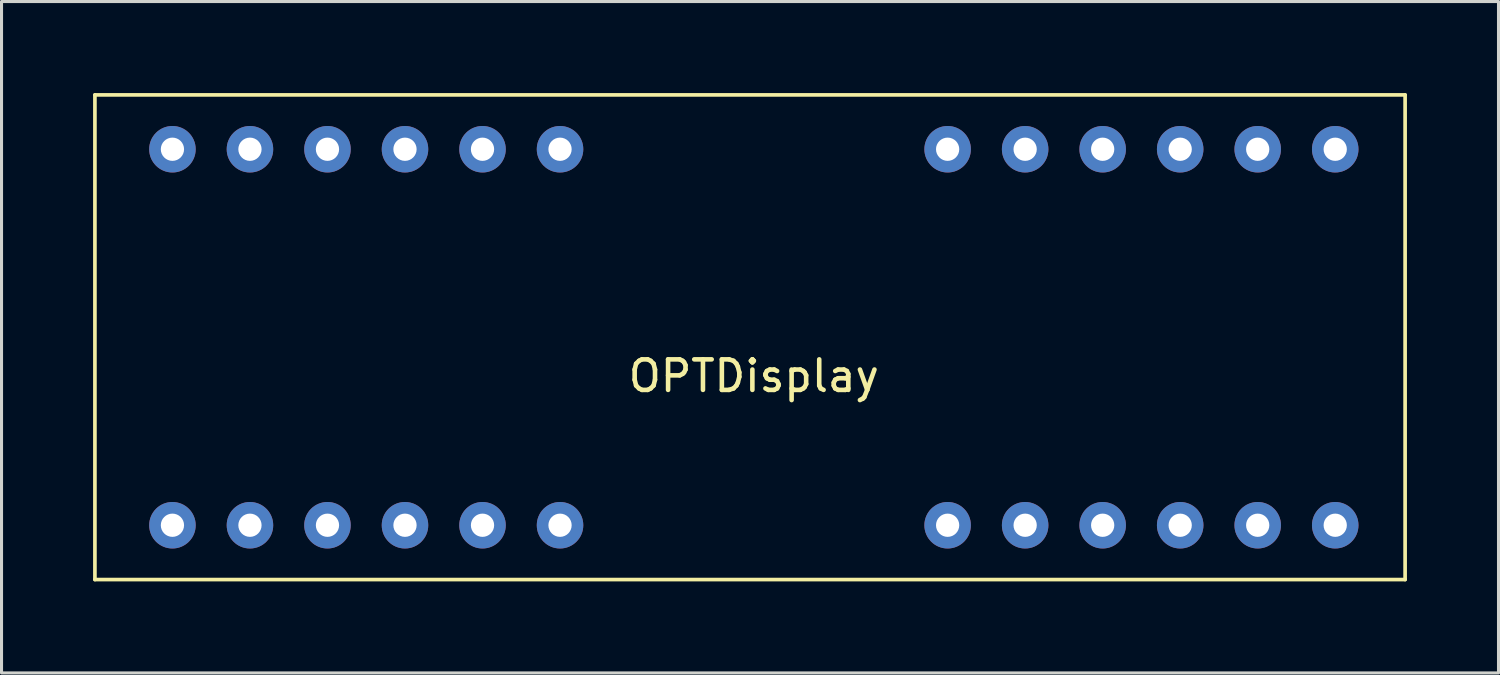
<source format=kicad_pcb>
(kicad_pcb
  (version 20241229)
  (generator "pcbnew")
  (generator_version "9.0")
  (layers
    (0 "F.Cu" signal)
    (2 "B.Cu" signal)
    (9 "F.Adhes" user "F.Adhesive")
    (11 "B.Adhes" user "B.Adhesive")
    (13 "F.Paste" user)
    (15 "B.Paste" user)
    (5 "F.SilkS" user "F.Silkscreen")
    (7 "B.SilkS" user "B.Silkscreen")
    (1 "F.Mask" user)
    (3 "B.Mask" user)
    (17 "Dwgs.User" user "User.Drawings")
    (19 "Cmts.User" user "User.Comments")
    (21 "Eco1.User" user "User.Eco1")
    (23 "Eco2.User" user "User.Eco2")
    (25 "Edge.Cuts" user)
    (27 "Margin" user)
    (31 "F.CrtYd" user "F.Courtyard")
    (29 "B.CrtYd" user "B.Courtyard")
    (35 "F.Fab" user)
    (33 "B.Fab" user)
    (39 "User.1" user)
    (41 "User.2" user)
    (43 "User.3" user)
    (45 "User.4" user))
  (footprint "OPTDisplay"
    (layer "F.Cu")
    (at 21.65 8)
    (property "Reference" "OPTDisplay" (at 0 1.27 0) (layer "F.SilkS") (effects (font (size 1 1) (thickness 0.15))))
    (attr through_hole)
    (fp_line (start -21.59 -7.94) (end 21.34 -7.94) (stroke (width 0.12) (type solid)) (layer "F.SilkS"))
    (fp_line (start -21.59 7.94) (end -21.59 -7.94) (stroke (width 0.12) (type solid)) (layer "F.SilkS"))
    (fp_line (start 21.34 -7.94) (end 21.34 7.94) (stroke (width 0.12) (type solid)) (layer "F.SilkS"))
    (fp_line (start 21.34 7.94) (end -21.59 7.94) (stroke (width 0.12) (type solid)) (layer "F.SilkS"))
    (pad "1" thru_hole circle (at -19.05 -6.16) (size 1.524 1.524) (drill 0.762) (layers "*.Cu" "*.Mask"))
    (pad "2" thru_hole circle (at -16.51 -6.16) (size 1.524 1.524) (drill 0.762) (layers "*.Cu" "*.Mask"))
    (pad "3" thru_hole circle (at -13.97 -6.16) (size 1.524 1.524) (drill 0.762) (layers "*.Cu" "*.Mask"))
    (pad "4" thru_hole circle (at -11.43 -6.16) (size 1.524 1.524) (drill 0.762) (layers "*.Cu" "*.Mask"))
    (pad "5" thru_hole circle (at -8.89 -6.16) (size 1.524 1.524) (drill 0.762) (layers "*.Cu" "*.Mask"))
    (pad "6" thru_hole circle (at -6.35 -6.16) (size 1.524 1.524) (drill 0.762) (layers "*.Cu" "*.Mask"))
    (pad "7" thru_hole circle (at 6.35 -6.16) (size 1.524 1.524) (drill 0.762) (layers "*.Cu" "*.Mask"))
    (pad "8" thru_hole circle (at 8.89 -6.16) (size 1.524 1.524) (drill 0.762) (layers "*.Cu" "*.Mask"))
    (pad "9" thru_hole circle (at 11.43 -6.16) (size 1.524 1.524) (drill 0.762) (layers "*.Cu" "*.Mask"))
    (pad "10" thru_hole circle (at 13.97 -6.16) (size 1.524 1.524) (drill 0.762) (layers "*.Cu" "*.Mask"))
    (pad "11" thru_hole circle (at 16.51 -6.16) (size 1.524 1.524) (drill 0.762) (layers "*.Cu" "*.Mask"))
    (pad "12" thru_hole circle (at 19.05 -6.16) (size 1.524 1.524) (drill 0.762) (layers "*.Cu" "*.Mask"))
    (pad "13" thru_hole circle (at -19.05 6.16) (size 1.524 1.524) (drill 0.762) (layers "*.Cu" "*.Mask"))
    (pad "14" thru_hole circle (at -16.51 6.16) (size 1.524 1.524) (drill 0.762) (layers "*.Cu" "*.Mask"))
    (pad "15" thru_hole circle (at -13.97 6.16) (size 1.524 1.524) (drill 0.762) (layers "*.Cu" "*.Mask"))
    (pad "16" thru_hole circle (at -11.43 6.16) (size 1.524 1.524) (drill 0.762) (layers "*.Cu" "*.Mask"))
    (pad "17" thru_hole circle (at -8.89 6.16) (size 1.524 1.524) (drill 0.762) (layers "*.Cu" "*.Mask"))
    (pad "18" thru_hole circle (at -6.35 6.16) (size 1.524 1.524) (drill 0.762) (layers "*.Cu" "*.Mask"))
    (pad "19" thru_hole circle (at 6.35 6.16) (size 1.524 1.524) (drill 0.762) (layers "*.Cu" "*.Mask"))
    (pad "20" thru_hole circle (at 8.89 6.16) (size 1.524 1.524) (drill 0.762) (layers "*.Cu" "*.Mask"))
    (pad "21" thru_hole circle (at 11.43 6.16) (size 1.524 1.524) (drill 0.762) (layers "*.Cu" "*.Mask"))
    (pad "22" thru_hole circle (at 13.97 6.16) (size 1.524 1.524) (drill 0.762) (layers "*.Cu" "*.Mask"))
    (pad "23" thru_hole circle (at 16.51 6.16) (size 1.524 1.524) (drill 0.762) (layers "*.Cu" "*.Mask"))
    (pad "24" thru_hole circle (at 19.05 6.16) (size 1.524 1.524) (drill 0.762) (layers "*.Cu" "*.Mask")))
  (gr_rect
    (start -3 -3)
    (end 46.05 19)
    (stroke (width 0.1) (type default))
    (fill no)
    (layer "Edge.Cuts")))
</source>
